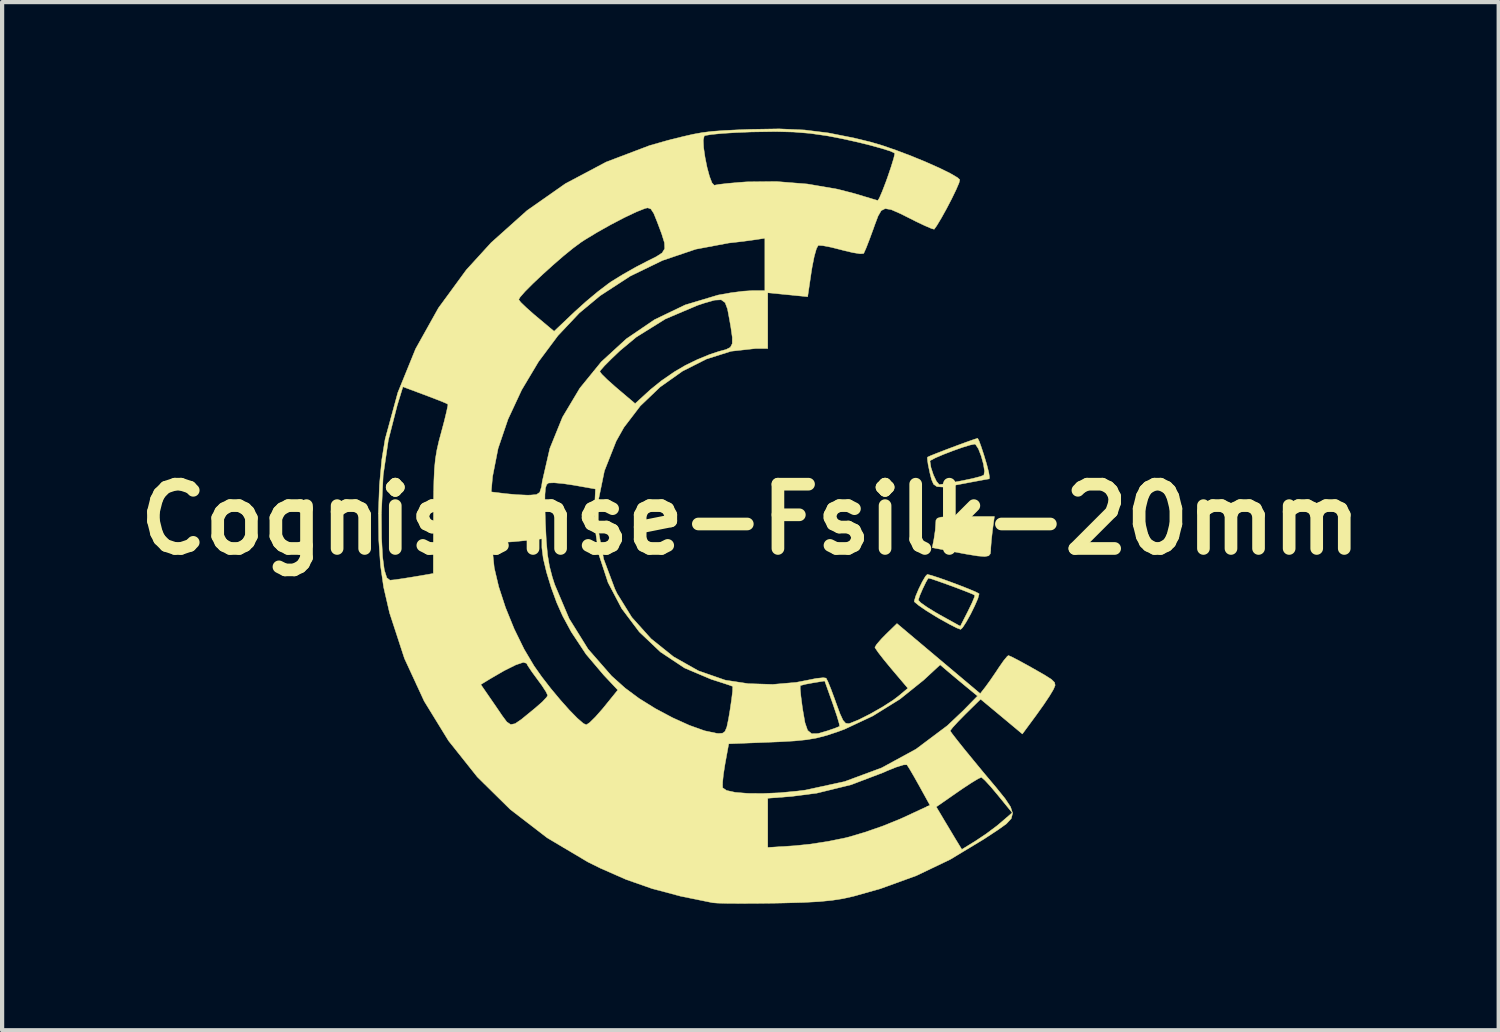
<source format=kicad_pcb>
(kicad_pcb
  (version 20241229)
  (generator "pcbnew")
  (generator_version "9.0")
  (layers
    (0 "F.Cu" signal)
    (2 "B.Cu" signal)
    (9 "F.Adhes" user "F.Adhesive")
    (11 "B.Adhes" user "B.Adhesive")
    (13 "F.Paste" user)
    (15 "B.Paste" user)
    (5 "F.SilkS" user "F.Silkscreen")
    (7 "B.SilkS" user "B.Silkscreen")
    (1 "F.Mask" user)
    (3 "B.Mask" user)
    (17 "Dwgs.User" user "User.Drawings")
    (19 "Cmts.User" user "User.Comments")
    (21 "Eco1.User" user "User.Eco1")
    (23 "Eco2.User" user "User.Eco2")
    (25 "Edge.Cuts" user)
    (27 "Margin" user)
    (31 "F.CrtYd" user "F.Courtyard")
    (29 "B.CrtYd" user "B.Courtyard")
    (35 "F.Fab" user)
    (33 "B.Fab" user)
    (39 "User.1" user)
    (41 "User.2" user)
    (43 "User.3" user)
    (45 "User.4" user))
  (footprint "Cognisense-Fsilk-20mm"
    (layer "F.Cu")
    (at 14.739 9.263)
    (property "Reference" "Cognisense-Fsilk-20mm" (at 0 0 0) (layer "F.SilkS") (effects (font (size 1.524 1.524) (thickness 0.3))))
    (attr through_hole)
    (fp_poly (pts (xy 5.741 0.25) (xy 5.715 0.481) (xy 5.699 0.68) (xy 5.698 0.73) (xy 5.689 0.813) (xy 5.649 0.863) (xy 5.556 0.88) (xy 5.388 0.867) (xy 5.124 0.824) (xy 4.85 0.773) (xy 4.311 0.67) (xy 4.352 0.464) (xy 4.383 0.254) (xy 4.394 0.094) (xy 4.399 0.021) (xy 4.43 -0.026) (xy 4.514 -0.053) (xy 4.674 -0.065) (xy 4.935 -0.069) (xy 5.089 -0.069) (xy 5.785 -0.069) (xy 5.741 0.25)) (stroke (width 0.01) (type solid)) (fill yes) (layer "F.SilkS"))
    (fp_poly (pts (xy 4.289 1.327) (xy 4.468 1.385) (xy 4.696 1.466) (xy 4.94 1.557) (xy 5.165 1.645) (xy 5.336 1.717) (xy 5.42 1.761) (xy 5.423 1.766) (xy 5.394 1.874) (xy 5.319 2.047) (xy 5.221 2.246) (xy 5.117 2.432) (xy 5.031 2.565) (xy 4.985 2.608) (xy 4.894 2.574) (xy 4.719 2.485) (xy 4.49 2.358) (xy 4.394 2.301) (xy 4.163 2.158) (xy 3.988 2.037) (xy 3.893 1.958) (xy 3.884 1.941) (xy 3.892 1.914) (xy 3.982 1.914) (xy 4.038 1.975) (xy 4.187 2.081) (xy 4.401 2.212) (xy 4.479 2.257) (xy 4.977 2.533) (xy 5.159 2.176) (xy 5.253 1.982) (xy 5.311 1.844) (xy 5.321 1.798) (xy 5.25 1.764) (xy 5.09 1.7) (xy 4.877 1.618) (xy 4.647 1.534) (xy 4.436 1.459) (xy 4.281 1.407) (xy 4.217 1.392) (xy 4.16 1.49) (xy 4.084 1.647) (xy 4.016 1.805) (xy 3.982 1.907) (xy 3.982 1.914) (xy 3.892 1.914) (xy 3.918 1.822) (xy 3.989 1.653) (xy 4.074 1.48) (xy 4.151 1.349) (xy 4.194 1.304) (xy 4.289 1.327)) (stroke (width 0.01) (type solid)) (fill yes) (layer "F.SilkS"))
    (fp_poly (pts (xy 5.42 -1.863) (xy 5.475 -1.712) (xy 5.541 -1.51) (xy 5.604 -1.299) (xy 5.65 -1.118) (xy 5.651 -1.116) (xy 5.669 -0.996) (xy 5.663 -0.961) (xy 5.59 -0.949) (xy 5.416 -0.917) (xy 5.175 -0.872) (xy 5.103 -0.858) (xy 4.776 -0.797) (xy 4.557 -0.767) (xy 4.422 -0.777) (xy 4.343 -0.833) (xy 4.295 -0.944) (xy 4.255 -1.102) (xy 4.213 -1.303) (xy 4.203 -1.382) (xy 4.257 -1.382) (xy 4.281 -1.23) (xy 4.339 -1.054) (xy 4.41 -0.904) (xy 4.474 -0.828) (xy 4.483 -0.826) (xy 4.588 -0.84) (xy 4.786 -0.873) (xy 5.029 -0.919) (xy 5.268 -0.969) (xy 5.449 -1.016) (xy 5.534 -1.049) (xy 5.535 -1.05) (xy 5.551 -1.143) (xy 5.525 -1.31) (xy 5.472 -1.502) (xy 5.406 -1.673) (xy 5.34 -1.774) (xy 5.317 -1.785) (xy 5.206 -1.762) (xy 5.02 -1.705) (xy 4.796 -1.625) (xy 4.573 -1.539) (xy 4.386 -1.459) (xy 4.274 -1.4) (xy 4.257 -1.382) (xy 4.203 -1.382) (xy 4.195 -1.44) (xy 4.199 -1.476) (xy 4.269 -1.508) (xy 4.432 -1.573) (xy 4.652 -1.658) (xy 4.894 -1.749) (xy 5.12 -1.832) (xy 5.296 -1.894) (xy 5.385 -1.922) (xy 5.388 -1.922) (xy 5.42 -1.863)) (stroke (width 0.01) (type solid)) (fill yes) (layer "F.SilkS"))
    (fp_poly (pts (xy 1.281 -9.232) (xy 1.854 -9.161) (xy 2.459 -9.041) (xy 2.849 -8.946) (xy 3.134 -8.862) (xy 3.466 -8.747) (xy 3.819 -8.613) (xy 4.166 -8.47) (xy 4.481 -8.33) (xy 4.737 -8.204) (xy 4.909 -8.103) (xy 4.964 -8.052) (xy 4.946 -7.976) (xy 4.876 -7.814) (xy 4.772 -7.599) (xy 4.649 -7.363) (xy 4.525 -7.14) (xy 4.417 -6.961) (xy 4.357 -6.878) (xy 4.292 -6.896) (xy 4.136 -6.963) (xy 3.919 -7.066) (xy 3.869 -7.092) (xy 3.555 -7.249) (xy 3.34 -7.343) (xy 3.197 -7.368) (xy 3.102 -7.32) (xy 3.027 -7.191) (xy 2.947 -6.978) (xy 2.914 -6.884) (xy 2.821 -6.632) (xy 2.743 -6.431) (xy 2.691 -6.315) (xy 2.683 -6.303) (xy 2.602 -6.297) (xy 2.426 -6.325) (xy 2.191 -6.381) (xy 2.162 -6.389) (xy 1.917 -6.451) (xy 1.72 -6.489) (xy 1.612 -6.496) (xy 1.608 -6.495) (xy 1.566 -6.418) (xy 1.515 -6.239) (xy 1.465 -5.989) (xy 1.446 -5.873) (xy 1.358 -5.279) (xy 0.885 -5.326) (xy 0.412 -5.372) (xy 0.412 -4.05) (xy 0.117 -4.05) (xy -0.458 -3.986) (xy -1.04 -3.802) (xy -1.608 -3.515) (xy -2.139 -3.139) (xy -2.61 -2.689) (xy -2.998 -2.181) (xy -3.182 -1.854) (xy -3.46 -1.151) (xy -3.603 -0.455) (xy -3.609 0.241) (xy -3.478 0.941) (xy -3.212 1.651) (xy -3.161 1.757) (xy -2.812 2.32) (xy -2.357 2.827) (xy -1.822 3.256) (xy -1.231 3.59) (xy -0.61 3.806) (xy -0.582 3.813) (xy -0.048 3.894) (xy 0.53 3.912) (xy 1.085 3.864) (xy 1.339 3.815) (xy 1.562 3.77) (xy 1.728 3.753) (xy 1.795 3.763) (xy 1.838 3.846) (xy 1.911 4.025) (xy 2 4.265) (xy 2.028 4.344) (xy 2.124 4.606) (xy 2.196 4.762) (xy 2.258 4.832) (xy 2.327 4.842) (xy 2.361 4.834) (xy 2.571 4.749) (xy 2.844 4.611) (xy 3.131 4.448) (xy 3.383 4.286) (xy 3.506 4.193) (xy 3.734 4.003) (xy 3.343 3.542) (xy 3.168 3.33) (xy 3.033 3.157) (xy 2.96 3.05) (xy 2.952 3.031) (xy 2.997 2.958) (xy 3.113 2.826) (xy 3.213 2.724) (xy 3.475 2.469) (xy 5.449 4.13) (xy 5.574 3.97) (xy 5.687 3.814) (xy 5.828 3.608) (xy 5.887 3.518) (xy 6.002 3.352) (xy 6.09 3.246) (xy 6.118 3.227) (xy 6.192 3.258) (xy 6.357 3.343) (xy 6.584 3.467) (xy 6.717 3.542) (xy 6.976 3.69) (xy 7.135 3.791) (xy 7.211 3.865) (xy 7.225 3.932) (xy 7.193 4.012) (xy 7.179 4.04) (xy 7.093 4.184) (xy 6.952 4.395) (xy 6.785 4.629) (xy 6.767 4.654) (xy 6.448 5.087) (xy 5.953 4.674) (xy 5.458 4.262) (xy 5.097 4.617) (xy 4.923 4.794) (xy 4.795 4.934) (xy 4.738 5.008) (xy 4.737 5.012) (xy 4.779 5.075) (xy 4.895 5.225) (xy 5.071 5.446) (xy 5.295 5.719) (xy 5.528 6.002) (xy 5.824 6.354) (xy 6.037 6.618) (xy 6.168 6.815) (xy 6.217 6.966) (xy 6.184 7.093) (xy 6.069 7.217) (xy 5.871 7.359) (xy 5.591 7.543) (xy 5.527 7.585) (xy 4.735 8.063) (xy 3.935 8.446) (xy 3.082 8.755) (xy 2.444 8.935) (xy 2.198 8.99) (xy 1.937 9.031) (xy 1.633 9.061) (xy 1.258 9.081) (xy 0.783 9.094) (xy 0.584 9.098) (xy 0.163 9.103) (xy -0.22 9.105) (xy -0.54 9.103) (xy -0.773 9.097) (xy -0.892 9.088) (xy -1.658 8.932) (xy -2.33 8.753) (xy -2.949 8.536) (xy -3.558 8.268) (xy -3.851 8.123) (xy -4.817 7.549) (xy -5.693 6.875) (xy -5.961 6.611) (xy 0.412 6.611) (xy 0.412 7.777) (xy 1.047 7.737) (xy 1.419 7.699) (xy 1.846 7.633) (xy 2.248 7.551) (xy 2.344 7.527) (xy 2.727 7.413) (xy 3.154 7.264) (xy 3.545 7.105) (xy 3.632 7.066) (xy 4.172 6.815) (xy 4.407 6.815) (xy 4.616 7.166) (xy 4.748 7.386) (xy 4.864 7.58) (xy 4.919 7.67) (xy 5.013 7.824) (xy 5.339 7.623) (xy 5.59 7.455) (xy 5.844 7.265) (xy 5.936 7.188) (xy 6.207 6.954) (xy 5.866 6.536) (xy 5.7 6.338) (xy 5.564 6.19) (xy 5.482 6.117) (xy 5.474 6.114) (xy 5.398 6.149) (xy 5.238 6.246) (xy 5.024 6.387) (xy 4.914 6.463) (xy 4.407 6.815) (xy 4.172 6.815) (xy 4.257 6.776) (xy 4.007 6.323) (xy 3.88 6.097) (xy 3.776 5.919) (xy 3.714 5.822) (xy 3.71 5.817) (xy 3.631 5.819) (xy 3.46 5.872) (xy 3.231 5.964) (xy 3.151 6.001) (xy 2.387 6.291) (xy 1.575 6.49) (xy 0.979 6.567) (xy 0.412 6.611) (xy -5.961 6.611) (xy -6.326 6.251) (xy -0.66 6.251) (xy -0.657 6.361) (xy -0.656 6.363) (xy -0.565 6.426) (xy -0.36 6.471) (xy -0.066 6.495) (xy 0.293 6.498) (xy 0.695 6.481) (xy 1.116 6.441) (xy 1.304 6.417) (xy 2.235 6.215) (xy 3.112 5.89) (xy 3.927 5.446) (xy 4.67 4.889) (xy 5.044 4.535) (xy 5.385 4.187) (xy 5.114 3.964) (xy 4.915 3.799) (xy 4.73 3.644) (xy 4.671 3.594) (xy 4.499 3.447) (xy 4.107 3.81) (xy 3.545 4.261) (xy 2.902 4.66) (xy 2.235 4.973) (xy 2.073 5.033) (xy 1.811 5.12) (xy 1.578 5.181) (xy 1.337 5.223) (xy 1.05 5.252) (xy 0.68 5.273) (xy 0.481 5.281) (xy -0.513 5.32) (xy -0.601 5.801) (xy -0.64 6.05) (xy -0.66 6.251) (xy -6.326 6.251) (xy -6.474 6.105) (xy -7.156 5.248) (xy -7.733 4.309) (xy -7.915 3.915) (xy -6.391 3.915) (xy -6.037 4.428) (xy -5.882 4.656) (xy -5.774 4.801) (xy -5.682 4.863) (xy -5.578 4.843) (xy -5.431 4.743) (xy -5.212 4.564) (xy -5.095 4.468) (xy -4.934 4.327) (xy -4.829 4.215) (xy -4.805 4.172) (xy -4.844 4.088) (xy -4.944 3.934) (xy -5.041 3.802) (xy -5.177 3.617) (xy -5.275 3.47) (xy -5.307 3.411) (xy -5.383 3.389) (xy -5.561 3.449) (xy -5.836 3.586) (xy -6.165 3.777) (xy -6.391 3.915) (xy -7.915 3.915) (xy -8.201 3.296) (xy -8.554 2.216) (xy -8.695 1.605) (xy -8.769 1.09) (xy -8.81 0.487) (xy -8.818 -0.137) (xy -8.748 -0.137) (xy -8.743 0.441) (xy -8.719 0.886) (xy -8.678 1.199) (xy -8.619 1.384) (xy -8.544 1.442) (xy -8.43 1.431) (xy -8.225 1.401) (xy -7.982 1.362) (xy -7.517 1.282) (xy -7.516 0.778) (xy -6.11 0.778) (xy -6.072 1.149) (xy -5.966 1.597) (xy -5.805 2.09) (xy -5.6 2.595) (xy -5.364 3.077) (xy -5.129 3.473) (xy -4.947 3.731) (xy -4.734 4.006) (xy -4.509 4.276) (xy -4.293 4.519) (xy -4.103 4.713) (xy -3.96 4.837) (xy -3.89 4.87) (xy -3.811 4.818) (xy -3.675 4.684) (xy -3.509 4.496) (xy -3.476 4.456) (xy -3.143 4.045) (xy -3.48 3.687) (xy -3.896 3.196) (xy -4.245 2.669) (xy -4.451 2.288) (xy -4.59 1.976) (xy -4.721 1.618) (xy -4.832 1.254) (xy -4.91 0.928) (xy -4.942 0.679) (xy -4.943 0.661) (xy -4.943 0.461) (xy -5.365 0.505) (xy -5.619 0.529) (xy -5.839 0.545) (xy -5.948 0.549) (xy -6.06 0.57) (xy -6.104 0.661) (xy -6.11 0.778) (xy -7.516 0.778) (xy -7.513 -0.063) (xy -7.511 -0.355) (xy -4.872 -0.355) (xy -4.862 -0.006) (xy -4.859 0.087) (xy -4.838 0.509) (xy -4.809 0.835) (xy -4.764 1.107) (xy -4.697 1.365) (xy -4.639 1.545) (xy -4.297 2.352) (xy -3.848 3.074) (xy -3.292 3.71) (xy -2.971 3.998) (xy -2.638 4.245) (xy -2.252 4.485) (xy -1.844 4.702) (xy -1.444 4.883) (xy -1.085 5.011) (xy -0.796 5.072) (xy -0.75 5.075) (xy -0.662 5.069) (xy -0.603 5.028) (xy -0.559 4.925) (xy -0.518 4.731) (xy -0.484 4.528) (xy -0.446 4.271) (xy -0.422 4.073) (xy -0.42 4.018) (xy 1.181 4.018) (xy 1.198 4.194) (xy 1.23 4.439) (xy 1.243 4.524) (xy 1.295 4.822) (xy 1.357 5.001) (xy 1.452 5.08) (xy 1.603 5.077) (xy 1.834 5.01) (xy 1.86 5.001) (xy 2.02 4.945) (xy 2.111 4.908) (xy 2.116 4.905) (xy 2.104 4.837) (xy 2.056 4.672) (xy 1.978 4.441) (xy 1.95 4.359) (xy 1.762 3.83) (xy 1.484 3.875) (xy 1.305 3.908) (xy 1.195 3.937) (xy 1.182 3.944) (xy 1.181 4.018) (xy -0.42 4.018) (xy -0.418 3.968) (xy -0.42 3.959) (xy -0.494 3.931) (xy -0.664 3.875) (xy -0.895 3.801) (xy -0.927 3.791) (xy -1.56 3.523) (xy -2.132 3.143) (xy -2.633 2.668) (xy -3.05 2.114) (xy -3.374 1.498) (xy -3.592 0.835) (xy -3.693 0.142) (xy -3.695 -0.24) (xy -3.673 -0.72) (xy -4.179 -0.81) (xy -4.439 -0.849) (xy -4.653 -0.868) (xy -4.781 -0.863) (xy -4.788 -0.861) (xy -4.83 -0.826) (xy -4.857 -0.744) (xy -4.87 -0.594) (xy -4.872 -0.355) (xy -7.511 -0.355) (xy -7.51 -0.54) (xy -7.508 -0.652) (xy -6.144 -0.652) (xy -5.801 -0.61) (xy -5.541 -0.586) (xy -5.294 -0.575) (xy -5.218 -0.576) (xy -5.071 -0.589) (xy -4.994 -0.641) (xy -4.953 -0.769) (xy -4.933 -0.904) (xy -4.754 -1.683) (xy -4.454 -2.423) (xy -4.043 -3.111) (xy -3.722 -3.505) (xy -3.57 -3.505) (xy -3.521 -3.44) (xy -3.391 -3.312) (xy -3.206 -3.147) (xy -3.151 -3.1) (xy -2.732 -2.745) (xy -2.37 -3.076) (xy -2.114 -3.283) (xy -1.804 -3.497) (xy -1.536 -3.654) (xy -1.255 -3.79) (xy -0.969 -3.908) (xy -0.74 -3.984) (xy -0.738 -3.984) (xy -0.575 -4.028) (xy -0.475 -4.079) (xy -0.43 -4.166) (xy -0.429 -4.316) (xy -0.464 -4.559) (xy -0.495 -4.735) (xy -0.542 -4.987) (xy -0.599 -5.139) (xy -0.692 -5.206) (xy -0.847 -5.198) (xy -1.093 -5.128) (xy -1.255 -5.074) (xy -2.016 -4.751) (xy -2.703 -4.323) (xy -3.091 -4) (xy -3.298 -3.803) (xy -3.46 -3.64) (xy -3.554 -3.533) (xy -3.57 -3.505) (xy -3.722 -3.505) (xy -3.535 -3.735) (xy -2.941 -4.28) (xy -2.274 -4.734) (xy -1.546 -5.084) (xy -0.77 -5.317) (xy -0.756 -5.32) (xy -0.459 -5.373) (xy -0.168 -5.41) (xy 0.039 -5.423) (xy 0.343 -5.423) (xy 0.343 -6.665) (xy 0.12 -6.631) (xy -0.074 -6.604) (xy -0.336 -6.572) (xy -0.514 -6.552) (xy -1.295 -6.405) (xy -2.082 -6.139) (xy -2.847 -5.768) (xy -3.56 -5.304) (xy -4.056 -4.892) (xy -4.562 -4.356) (xy -5.022 -3.739) (xy -5.422 -3.069) (xy -5.746 -2.373) (xy -5.981 -1.681) (xy -6.111 -1.019) (xy -6.12 -0.924) (xy -6.144 -0.652) (xy -7.508 -0.652) (xy -7.503 -0.909) (xy -7.49 -1.197) (xy -7.467 -1.433) (xy -7.432 -1.644) (xy -7.383 -1.859) (xy -7.329 -2.059) (xy -7.255 -2.337) (xy -7.201 -2.561) (xy -7.172 -2.7) (xy -7.172 -2.732) (xy -7.242 -2.765) (xy -7.409 -2.832) (xy -7.641 -2.921) (xy -7.715 -2.949) (xy -8.237 -3.144) (xy -8.372 -2.704) (xy -8.582 -1.883) (xy -8.705 -1.045) (xy -8.748 -0.14) (xy -8.748 -0.137) (xy -8.818 -0.137) (xy -8.818 -0.162) (xy -8.794 -0.812) (xy -8.738 -1.419) (xy -8.659 -1.904) (xy -8.358 -3.006) (xy -7.937 -4.042) (xy -7.395 -5.012) (xy -7.249 -5.211) (xy -5.492 -5.211) (xy -5.443 -5.146) (xy -5.312 -5.02) (xy -5.126 -4.855) (xy -5.072 -4.81) (xy -4.653 -4.459) (xy -4.163 -4.924) (xy -3.898 -5.163) (xy -3.618 -5.397) (xy -3.369 -5.587) (xy -3.295 -5.639) (xy -3.028 -5.803) (xy -2.711 -5.983) (xy -2.451 -6.118) (xy -2.229 -6.229) (xy -2.092 -6.318) (xy -2.031 -6.418) (xy -2.037 -6.558) (xy -2.103 -6.77) (xy -2.205 -7.042) (xy -2.29 -7.253) (xy -2.359 -7.359) (xy -2.433 -7.386) (xy -2.494 -7.373) (xy -2.699 -7.292) (xy -2.982 -7.158) (xy -3.306 -6.989) (xy -3.632 -6.806) (xy -3.924 -6.629) (xy -4.016 -6.569) (xy -4.201 -6.432) (xy -4.43 -6.246) (xy -4.68 -6.029) (xy -4.931 -5.802) (xy -5.159 -5.587) (xy -5.343 -5.402) (xy -5.46 -5.268) (xy -5.492 -5.211) (xy -7.249 -5.211) (xy -6.735 -5.914) (xy -6.146 -6.56) (xy -5.296 -7.321) (xy -4.386 -7.959) (xy -3.417 -8.473) (xy -2.389 -8.863) (xy -1.938 -8.991) (xy -1.928 -8.993) (xy -1.117 -8.993) (xy -1.108 -8.813) (xy -1.075 -8.585) (xy -1.027 -8.346) (xy -0.969 -8.132) (xy -0.91 -7.978) (xy -0.857 -7.921) (xy -0.852 -7.922) (xy -0.748 -7.941) (xy -0.541 -7.965) (xy -0.267 -7.989) (xy -0.089 -8.002) (xy 0.616 -8.01) (xy 1.353 -7.951) (xy 2.063 -7.829) (xy 2.463 -7.726) (xy 2.712 -7.651) (xy 2.906 -7.593) (xy 3.012 -7.562) (xy 3.021 -7.56) (xy 3.057 -7.616) (xy 3.125 -7.773) (xy 3.213 -8.002) (xy 3.25 -8.105) (xy 3.336 -8.358) (xy 3.397 -8.556) (xy 3.423 -8.668) (xy 3.422 -8.681) (xy 3.322 -8.729) (xy 3.117 -8.794) (xy 2.838 -8.871) (xy 2.515 -8.95) (xy 2.178 -9.025) (xy 1.857 -9.087) (xy 1.791 -9.098) (xy 1.411 -9.152) (xy 1.029 -9.183) (xy 0.602 -9.194) (xy 0.086 -9.186) (xy 0.024 -9.185) (xy -0.346 -9.17) (xy -0.667 -9.15) (xy -0.915 -9.126) (xy -1.064 -9.102) (xy -1.094 -9.09) (xy -1.117 -8.993) (xy -1.928 -8.993) (xy -1.616 -9.071) (xy -1.36 -9.13) (xy -1.134 -9.171) (xy -0.903 -9.199) (xy -0.631 -9.219) (xy -0.28 -9.236) (xy 0.009 -9.247) (xy 0.684 -9.258) (xy 1.281 -9.232)) (stroke (width 0.01) (type solid)) (fill yes) (layer "F.SilkS")))
  (gr_rect
    (start -3 -3)
    (end 32.479 21.373)
    (stroke (width 0.1) (type default))
    (fill no)
    (layer "Edge.Cuts")))
</source>
